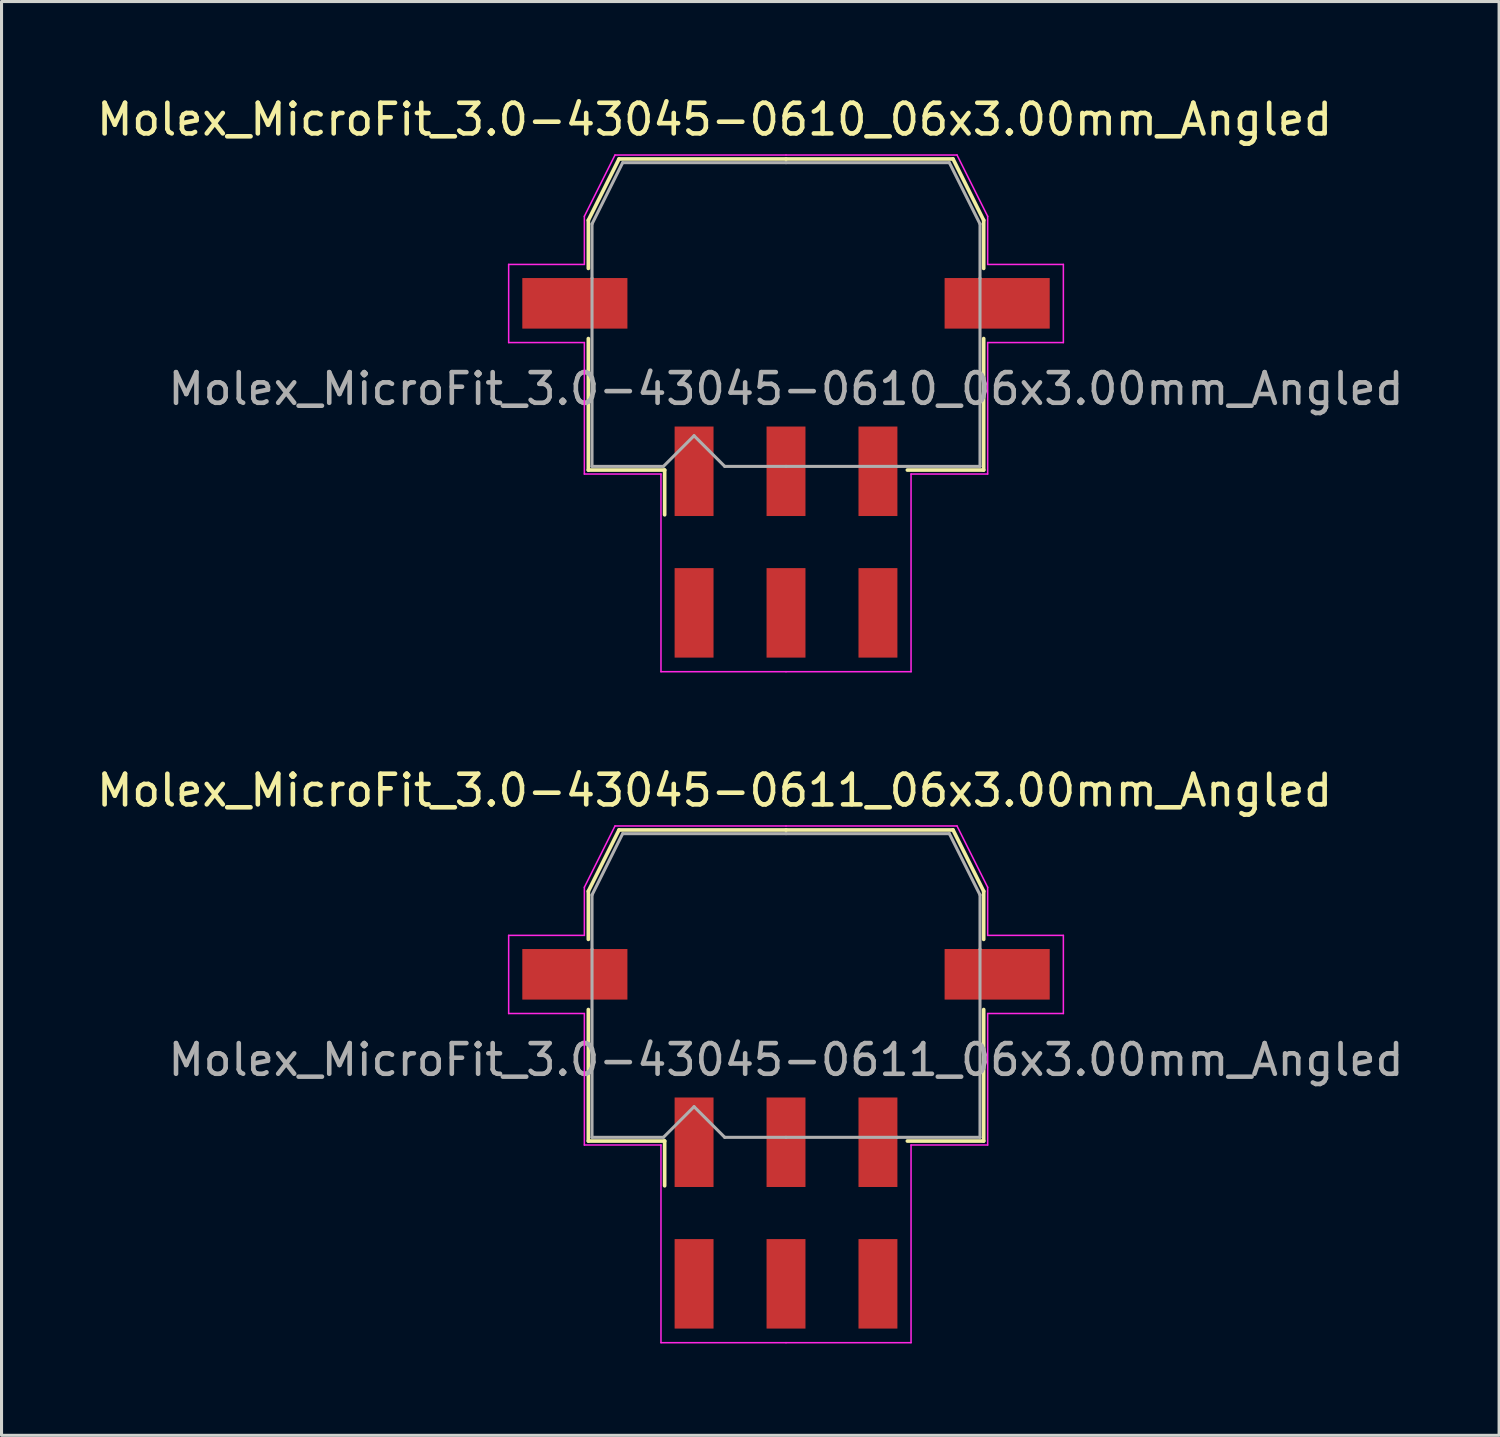
<source format=kicad_pcb>
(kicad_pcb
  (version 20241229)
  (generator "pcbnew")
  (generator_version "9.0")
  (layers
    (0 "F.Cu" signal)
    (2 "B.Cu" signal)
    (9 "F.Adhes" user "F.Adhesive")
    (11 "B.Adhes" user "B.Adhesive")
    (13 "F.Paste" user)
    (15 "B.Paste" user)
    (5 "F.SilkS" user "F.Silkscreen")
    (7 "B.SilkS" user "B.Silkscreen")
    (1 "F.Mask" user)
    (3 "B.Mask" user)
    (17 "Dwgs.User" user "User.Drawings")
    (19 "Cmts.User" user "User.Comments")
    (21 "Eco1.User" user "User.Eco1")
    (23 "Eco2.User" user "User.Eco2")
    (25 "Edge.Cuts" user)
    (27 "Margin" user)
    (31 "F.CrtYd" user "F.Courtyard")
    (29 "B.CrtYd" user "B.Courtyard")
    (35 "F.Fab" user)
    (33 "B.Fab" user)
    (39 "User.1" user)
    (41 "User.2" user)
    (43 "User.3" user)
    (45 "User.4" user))
  (footprint "Molex_MicroFit_3.0-43045-0611_06x3.00mm_Angled"
    (layer "F.Cu")
    (at 22.598 36.532)
    (property "Reference" "Molex_MicroFit_3.0-43045-0611_06x3.00mm_Angled" (at -2.33 -13.79 0) (layer "F.SilkS") (effects (font (size 1 1) (thickness 0.15))))
    (attr smd)
    (fp_line (start -6.45 -10.5) (end -6.45 -8.93) (stroke (width 0.12) (type solid)) (layer "F.SilkS"))
    (fp_line (start -6.45 -6.64) (end -6.45 -2.35) (stroke (width 0.12) (type solid)) (layer "F.SilkS"))
    (fp_line (start -6.45 -2.35) (end -3.96 -2.35) (stroke (width 0.12) (type solid)) (layer "F.SilkS"))
    (fp_line (start -5.45 -12.5) (end -6.45 -10.5) (stroke (width 0.12) (type solid)) (layer "F.SilkS"))
    (fp_line (start -3.96 -2.35) (end -3.96 -0.89) (stroke (width 0.12) (type solid)) (layer "F.SilkS"))
    (fp_line (start 0 -12.5) (end -5.45 -12.5) (stroke (width 0.12) (type solid)) (layer "F.SilkS"))
    (fp_line (start 0 -12.5) (end 5.45 -12.5) (stroke (width 0.12) (type solid)) (layer "F.SilkS"))
    (fp_line (start 5.45 -12.5) (end 6.45 -10.5) (stroke (width 0.12) (type solid)) (layer "F.SilkS"))
    (fp_line (start 6.45 -10.5) (end 6.45 -8.93) (stroke (width 0.12) (type solid)) (layer "F.SilkS"))
    (fp_line (start 6.45 -6.64) (end 6.45 -2.35) (stroke (width 0.12) (type solid)) (layer "F.SilkS"))
    (fp_line (start 6.45 -2.35) (end 3.96 -2.35) (stroke (width 0.12) (type solid)) (layer "F.SilkS"))
    (fp_line (start -9.05 -9.06) (end -9.05 -6.51) (stroke (width 0.05) (type solid)) (layer "F.CrtYd"))
    (fp_line (start -9.05 -6.51) (end -6.58 -6.51) (stroke (width 0.05) (type solid)) (layer "F.CrtYd"))
    (fp_line (start -6.58 -10.63) (end -6.58 -9.06) (stroke (width 0.05) (type solid)) (layer "F.CrtYd"))
    (fp_line (start -6.58 -9.06) (end -9.05 -9.06) (stroke (width 0.05) (type solid)) (layer "F.CrtYd"))
    (fp_line (start -6.58 -6.51) (end -6.58 -2.22) (stroke (width 0.05) (type solid)) (layer "F.CrtYd"))
    (fp_line (start -6.58 -2.22) (end -4.08 -2.22) (stroke (width 0.05) (type solid)) (layer "F.CrtYd"))
    (fp_line (start -5.58 -12.63) (end -6.58 -10.63) (stroke (width 0.05) (type solid)) (layer "F.CrtYd"))
    (fp_line (start -4.08 -2.22) (end -4.08 4.23) (stroke (width 0.05) (type solid)) (layer "F.CrtYd"))
    (fp_line (start -4.08 4.23) (end 0 4.23) (stroke (width 0.05) (type solid)) (layer "F.CrtYd"))
    (fp_line (start 0 -12.63) (end -5.58 -12.63) (stroke (width 0.05) (type solid)) (layer "F.CrtYd"))
    (fp_line (start 0 -12.63) (end 5.58 -12.63) (stroke (width 0.05) (type solid)) (layer "F.CrtYd"))
    (fp_line (start 4.08 -2.22) (end 4.08 4.23) (stroke (width 0.05) (type solid)) (layer "F.CrtYd"))
    (fp_line (start 4.08 4.23) (end 0 4.23) (stroke (width 0.05) (type solid)) (layer "F.CrtYd"))
    (fp_line (start 5.58 -12.63) (end 6.58 -10.63) (stroke (width 0.05) (type solid)) (layer "F.CrtYd"))
    (fp_line (start 6.58 -10.63) (end 6.58 -9.06) (stroke (width 0.05) (type solid)) (layer "F.CrtYd"))
    (fp_line (start 6.58 -9.06) (end 9.05 -9.06) (stroke (width 0.05) (type solid)) (layer "F.CrtYd"))
    (fp_line (start 6.58 -6.51) (end 6.58 -2.22) (stroke (width 0.05) (type solid)) (layer "F.CrtYd"))
    (fp_line (start 6.58 -2.22) (end 4.08 -2.22) (stroke (width 0.05) (type solid)) (layer "F.CrtYd"))
    (fp_line (start 9.05 -9.06) (end 9.05 -6.51) (stroke (width 0.05) (type solid)) (layer "F.CrtYd"))
    (fp_line (start 9.05 -6.51) (end 6.58 -6.51) (stroke (width 0.05) (type solid)) (layer "F.CrtYd"))
    (fp_line (start -6.33 -10.38) (end -6.33 -8.61) (stroke (width 0.1) (type solid)) (layer "F.Fab"))
    (fp_line (start -6.33 -8.61) (end -6.33 -2.47) (stroke (width 0.1) (type solid)) (layer "F.Fab"))
    (fp_line (start -6.33 -2.47) (end -4 -2.47) (stroke (width 0.1) (type solid)) (layer "F.Fab"))
    (fp_line (start -5.33 -12.38) (end -6.33 -10.38) (stroke (width 0.1) (type solid)) (layer "F.Fab"))
    (fp_line (start -4 -2.47) (end -3 -3.47) (stroke (width 0.1) (type solid)) (layer "F.Fab"))
    (fp_line (start -3 -3.47) (end -2 -2.47) (stroke (width 0.1) (type solid)) (layer "F.Fab"))
    (fp_line (start -2 -2.47) (end 0 -2.47) (stroke (width 0.1) (type solid)) (layer "F.Fab"))
    (fp_line (start 0 -12.38) (end -5.33 -12.38) (stroke (width 0.1) (type solid)) (layer "F.Fab"))
    (fp_line (start 0 -12.38) (end 5.33 -12.38) (stroke (width 0.1) (type solid)) (layer "F.Fab"))
    (fp_line (start 3.63 -2.47) (end 0 -2.47) (stroke (width 0.1) (type solid)) (layer "F.Fab"))
    (fp_line (start 5.33 -12.38) (end 6.33 -10.38) (stroke (width 0.1) (type solid)) (layer "F.Fab"))
    (fp_line (start 6.33 -10.38) (end 6.33 -8.61) (stroke (width 0.1) (type solid)) (layer "F.Fab"))
    (fp_line (start 6.33 -8.61) (end 6.33 -2.47) (stroke (width 0.1) (type solid)) (layer "F.Fab"))
    (fp_line (start 6.33 -2.47) (end 3.63 -2.47) (stroke (width 0.1) (type solid)) (layer "F.Fab"))
    (fp_text user "${REFERENCE}" (at 0 -5 0) (layer "F.Fab") (effects (font (size 1 1) (thickness 0.15))))
    (pad "" smd rect (at -6.89 -7.79) (size 3.43 1.65) (layers "F.Cu" "F.Mask" "F.Paste"))
    (pad "" smd rect (at 6.89 -7.79) (size 3.43 1.65) (layers "F.Cu" "F.Mask" "F.Paste"))
    (pad "1" smd rect (at -3 -2.31) (size 1.27 2.92) (layers "F.Cu" "F.Mask" "F.Paste"))
    (pad "2" smd rect (at 0 -2.31) (size 1.27 2.92) (layers "F.Cu" "F.Mask" "F.Paste"))
    (pad "3" smd rect (at 3 -2.31) (size 1.27 2.92) (layers "F.Cu" "F.Mask" "F.Paste"))
    (pad "4" smd rect (at 3 2.31) (size 1.27 2.92) (layers "F.Cu" "F.Mask" "F.Paste"))
    (pad "5" smd rect (at 0 2.31) (size 1.27 2.92) (layers "F.Cu" "F.Mask" "F.Paste"))
    (pad "6" smd rect (at -3 2.31) (size 1.27 2.92) (layers "F.Cu" "F.Mask" "F.Paste")))
  (footprint "Molex_MicroFit_3.0-43045-0610_06x3.00mm_Angled"
    (layer "F.Cu")
    (at 22.598 14.638)
    (property "Reference" "Molex_MicroFit_3.0-43045-0610_06x3.00mm_Angled" (at -2.33 -13.79 0) (layer "F.SilkS") (effects (font (size 1 1) (thickness 0.15))))
    (attr smd)
    (fp_line (start -6.45 -10.5) (end -6.45 -8.93) (stroke (width 0.12) (type solid)) (layer "F.SilkS"))
    (fp_line (start -6.45 -6.64) (end -6.45 -2.35) (stroke (width 0.12) (type solid)) (layer "F.SilkS"))
    (fp_line (start -6.45 -2.35) (end -3.96 -2.35) (stroke (width 0.12) (type solid)) (layer "F.SilkS"))
    (fp_line (start -5.45 -12.5) (end -6.45 -10.5) (stroke (width 0.12) (type solid)) (layer "F.SilkS"))
    (fp_line (start -3.96 -2.35) (end -3.96 -0.89) (stroke (width 0.12) (type solid)) (layer "F.SilkS"))
    (fp_line (start 0 -12.5) (end -5.45 -12.5) (stroke (width 0.12) (type solid)) (layer "F.SilkS"))
    (fp_line (start 0 -12.5) (end 5.45 -12.5) (stroke (width 0.12) (type solid)) (layer "F.SilkS"))
    (fp_line (start 5.45 -12.5) (end 6.45 -10.5) (stroke (width 0.12) (type solid)) (layer "F.SilkS"))
    (fp_line (start 6.45 -10.5) (end 6.45 -8.93) (stroke (width 0.12) (type solid)) (layer "F.SilkS"))
    (fp_line (start 6.45 -6.64) (end 6.45 -2.35) (stroke (width 0.12) (type solid)) (layer "F.SilkS"))
    (fp_line (start 6.45 -2.35) (end 3.96 -2.35) (stroke (width 0.12) (type solid)) (layer "F.SilkS"))
    (fp_line (start -9.05 -9.06) (end -9.05 -6.51) (stroke (width 0.05) (type solid)) (layer "F.CrtYd"))
    (fp_line (start -9.05 -6.51) (end -6.58 -6.51) (stroke (width 0.05) (type solid)) (layer "F.CrtYd"))
    (fp_line (start -6.58 -10.63) (end -6.58 -9.06) (stroke (width 0.05) (type solid)) (layer "F.CrtYd"))
    (fp_line (start -6.58 -9.06) (end -9.05 -9.06) (stroke (width 0.05) (type solid)) (layer "F.CrtYd"))
    (fp_line (start -6.58 -6.51) (end -6.58 -2.22) (stroke (width 0.05) (type solid)) (layer "F.CrtYd"))
    (fp_line (start -6.58 -2.22) (end -4.08 -2.22) (stroke (width 0.05) (type solid)) (layer "F.CrtYd"))
    (fp_line (start -5.58 -12.63) (end -6.58 -10.63) (stroke (width 0.05) (type solid)) (layer "F.CrtYd"))
    (fp_line (start -4.08 -2.22) (end -4.08 4.23) (stroke (width 0.05) (type solid)) (layer "F.CrtYd"))
    (fp_line (start -4.08 4.23) (end 0 4.23) (stroke (width 0.05) (type solid)) (layer "F.CrtYd"))
    (fp_line (start 0 -12.63) (end -5.58 -12.63) (stroke (width 0.05) (type solid)) (layer "F.CrtYd"))
    (fp_line (start 0 -12.63) (end 5.58 -12.63) (stroke (width 0.05) (type solid)) (layer "F.CrtYd"))
    (fp_line (start 4.08 -2.22) (end 4.08 4.23) (stroke (width 0.05) (type solid)) (layer "F.CrtYd"))
    (fp_line (start 4.08 4.23) (end 0 4.23) (stroke (width 0.05) (type solid)) (layer "F.CrtYd"))
    (fp_line (start 5.58 -12.63) (end 6.58 -10.63) (stroke (width 0.05) (type solid)) (layer "F.CrtYd"))
    (fp_line (start 6.58 -10.63) (end 6.58 -9.06) (stroke (width 0.05) (type solid)) (layer "F.CrtYd"))
    (fp_line (start 6.58 -9.06) (end 9.05 -9.06) (stroke (width 0.05) (type solid)) (layer "F.CrtYd"))
    (fp_line (start 6.58 -6.51) (end 6.58 -2.22) (stroke (width 0.05) (type solid)) (layer "F.CrtYd"))
    (fp_line (start 6.58 -2.22) (end 4.08 -2.22) (stroke (width 0.05) (type solid)) (layer "F.CrtYd"))
    (fp_line (start 9.05 -9.06) (end 9.05 -6.51) (stroke (width 0.05) (type solid)) (layer "F.CrtYd"))
    (fp_line (start 9.05 -6.51) (end 6.58 -6.51) (stroke (width 0.05) (type solid)) (layer "F.CrtYd"))
    (fp_line (start -6.33 -10.38) (end -6.33 -8.61) (stroke (width 0.1) (type solid)) (layer "F.Fab"))
    (fp_line (start -6.33 -8.61) (end -6.33 -2.47) (stroke (width 0.1) (type solid)) (layer "F.Fab"))
    (fp_line (start -6.33 -2.47) (end -4 -2.47) (stroke (width 0.1) (type solid)) (layer "F.Fab"))
    (fp_line (start -5.33 -12.38) (end -6.33 -10.38) (stroke (width 0.1) (type solid)) (layer "F.Fab"))
    (fp_line (start -4 -2.47) (end -3 -3.47) (stroke (width 0.1) (type solid)) (layer "F.Fab"))
    (fp_line (start -3 -3.47) (end -2 -2.47) (stroke (width 0.1) (type solid)) (layer "F.Fab"))
    (fp_line (start -2 -2.47) (end 0 -2.47) (stroke (width 0.1) (type solid)) (layer "F.Fab"))
    (fp_line (start 0 -12.38) (end -5.33 -12.38) (stroke (width 0.1) (type solid)) (layer "F.Fab"))
    (fp_line (start 0 -12.38) (end 5.33 -12.38) (stroke (width 0.1) (type solid)) (layer "F.Fab"))
    (fp_line (start 3.63 -2.47) (end 0 -2.47) (stroke (width 0.1) (type solid)) (layer "F.Fab"))
    (fp_line (start 5.33 -12.38) (end 6.33 -10.38) (stroke (width 0.1) (type solid)) (layer "F.Fab"))
    (fp_line (start 6.33 -10.38) (end 6.33 -8.61) (stroke (width 0.1) (type solid)) (layer "F.Fab"))
    (fp_line (start 6.33 -8.61) (end 6.33 -2.47) (stroke (width 0.1) (type solid)) (layer "F.Fab"))
    (fp_line (start 6.33 -2.47) (end 3.63 -2.47) (stroke (width 0.1) (type solid)) (layer "F.Fab"))
    (fp_text user "${REFERENCE}" (at 0 -5 0) (layer "F.Fab") (effects (font (size 1 1) (thickness 0.15))))
    (pad "" smd rect (at -6.89 -7.79) (size 3.43 1.65) (layers "F.Cu" "F.Mask" "F.Paste"))
    (pad "" smd rect (at 6.89 -7.79) (size 3.43 1.65) (layers "F.Cu" "F.Mask" "F.Paste"))
    (pad "1" smd rect (at -3 -2.31) (size 1.27 2.92) (layers "F.Cu" "F.Mask" "F.Paste"))
    (pad "2" smd rect (at 0 -2.31) (size 1.27 2.92) (layers "F.Cu" "F.Mask" "F.Paste"))
    (pad "3" smd rect (at 3 -2.31) (size 1.27 2.92) (layers "F.Cu" "F.Mask" "F.Paste"))
    (pad "4" smd rect (at 3 2.31) (size 1.27 2.92) (layers "F.Cu" "F.Mask" "F.Paste"))
    (pad "5" smd rect (at 0 2.31) (size 1.27 2.92) (layers "F.Cu" "F.Mask" "F.Paste"))
    (pad "6" smd rect (at -3 2.31) (size 1.27 2.92) (layers "F.Cu" "F.Mask" "F.Paste")))
  (gr_rect
    (start -3 -3)
    (end 45.866 43.786)
    (stroke (width 0.1) (type default))
    (fill no)
    (layer "Edge.Cuts")))
</source>
